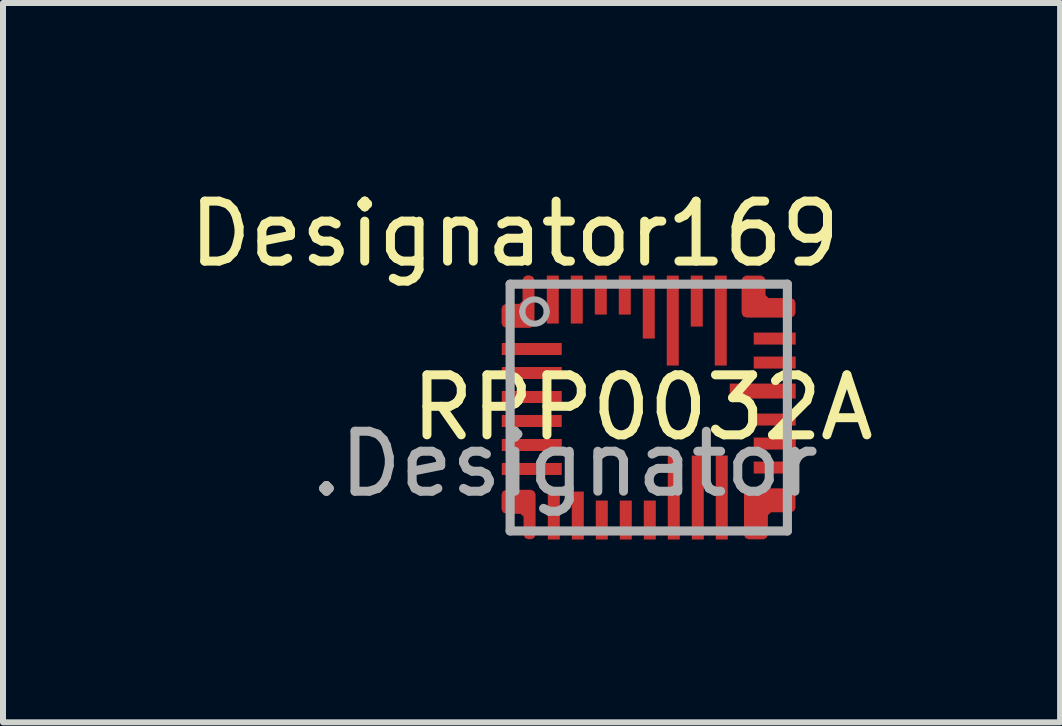
<source format=kicad_pcb>
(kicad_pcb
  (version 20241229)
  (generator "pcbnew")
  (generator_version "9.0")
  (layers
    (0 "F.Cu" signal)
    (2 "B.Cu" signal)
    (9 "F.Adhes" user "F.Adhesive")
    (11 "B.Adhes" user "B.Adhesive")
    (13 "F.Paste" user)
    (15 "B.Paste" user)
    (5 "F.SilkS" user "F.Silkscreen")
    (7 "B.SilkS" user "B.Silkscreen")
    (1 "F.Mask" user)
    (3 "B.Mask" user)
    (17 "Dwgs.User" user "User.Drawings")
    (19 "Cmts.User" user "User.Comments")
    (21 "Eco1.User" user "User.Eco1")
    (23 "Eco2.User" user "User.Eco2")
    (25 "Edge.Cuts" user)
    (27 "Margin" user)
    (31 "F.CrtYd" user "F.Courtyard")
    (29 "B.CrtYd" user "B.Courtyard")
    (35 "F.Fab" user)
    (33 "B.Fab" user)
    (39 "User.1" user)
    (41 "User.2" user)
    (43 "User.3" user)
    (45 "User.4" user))
  (footprint "RPP0032A"
    (layer "F.Cu")
    (at 7.765 3.744)
    (property "Reference" "RPP0032A" (at -0.102 0 0) (layer "F.SilkS") (effects (font (size 1 1) (thickness 0.15))))
    (attr smd)
    (fp_poly (pts (xy -2.073 1.799) (xy -2.061 1.827) (xy -2.061 2.136) (xy -2.026 2.171) (xy -1.947 2.171) (xy -1.912 2.136) (xy -1.912 1.431) (xy -1.947 1.396) (xy -2.393 1.396) (xy -2.428 1.431) (xy -2.428 1.71) (xy -2.393 1.745) (xy -2.143 1.745) (xy -2.115 1.757)) (stroke (width 0.152) (type solid)) (fill yes) (layer "F.Mask"))
    (fp_poly (pts (xy 2.002 -1.8) (xy 1.974 -1.811) (xy 1.933 -1.853) (xy 1.921 -1.881) (xy 1.921 -2.139) (xy 1.886 -2.175) (xy 1.607 -2.175) (xy 1.572 -2.139) (xy 1.572 -1.561) (xy 1.607 -1.526) (xy 2.386 -1.526) (xy 2.421 -1.561) (xy 2.421 -1.764) (xy 2.386 -1.8)) (stroke (width 0.152) (type solid)) (fill yes) (layer "F.Mask"))
    (fp_poly (pts (xy 2.023 1.729) (xy 2.042 1.721) (xy 2.386 1.721) (xy 2.421 1.686) (xy 2.421 1.407) (xy 2.386 1.372) (xy 1.647 1.372) (xy 1.612 1.407) (xy 1.612 2.136) (xy 1.647 2.171) (xy 1.926 2.171) (xy 1.961 2.136) (xy 1.961 1.802) (xy 1.973 1.774) (xy 2.014 1.733)) (stroke (width 0.152) (type solid)) (fill yes) (layer "F.Mask"))
    (fp_poly (pts (xy -2.044 -2.178) (xy -2.079 -2.143) (xy -2.079 -1.785) (xy -2.09 -1.758) (xy -2.091 -1.757) (xy -2.091 -1.757) (xy -2.132 -1.716) (xy -2.144 -1.711) (xy -2.16 -1.704) (xy -2.394 -1.704) (xy -2.429 -1.669) (xy -2.429 -1.39) (xy -2.394 -1.355) (xy -1.965 -1.355) (xy -1.93 -1.39) (xy -1.93 -2.143) (xy -1.965 -2.178)) (stroke (width 0.152) (type solid)) (fill yes) (layer "F.Mask"))
    (fp_poly (pts (xy -2.374 1.666) (xy -2.369 1.672) (xy -2.068 1.672) (xy -2.04 1.683) (xy -2.019 1.705) (xy -2.007 1.733) (xy -2.007 2.118) (xy -2.002 2.124) (xy -1.965 2.124) (xy -1.96 2.118) (xy -1.96 1.482) (xy -1.965 1.476) (xy -2.369 1.476) (xy -2.374 1.482)) (stroke (width 0.152) (type solid)) (fill yes) (layer "F.Paste"))
    (fp_poly (pts (xy -2.036 -1.658) (xy -2.058 -1.636) (xy -2.086 -1.625) (xy -2.369 -1.625) (xy -2.375 -1.619) (xy -2.375 -1.433) (xy -2.369 -1.427) (xy -1.983 -1.427) (xy -1.977 -1.433) (xy -1.977 -2.118) (xy -1.983 -2.124) (xy -2.019 -2.124) (xy -2.025 -2.118) (xy -2.025 -1.686)) (stroke (width 0.152) (type solid)) (fill yes) (layer "F.Paste"))
    (fp_poly (pts (xy 1.922 1.66) (xy 1.95 1.649) (xy 2.368 1.649) (xy 2.374 1.643) (xy 2.374 1.457) (xy 2.368 1.451) (xy 1.697 1.451) (xy 1.691 1.457) (xy 1.691 2.118) (xy 1.697 2.124) (xy 1.883 2.124) (xy 1.889 2.118) (xy 1.889 1.71) (xy 1.9 1.682)) (stroke (width 0.152) (type solid)) (fill yes) (layer "F.Paste"))
    (fp_poly (pts (xy 2.374 -1.744) (xy 2.368 -1.749) (xy 1.91 -1.749) (xy 1.882 -1.76) (xy 1.86 -1.782) (xy 1.849 -1.81) (xy 1.849 -2.119) (xy 1.843 -2.124) (xy 1.657 -2.124) (xy 1.651 -2.119) (xy 1.651 -1.582) (xy 1.657 -1.576) (xy 2.368 -1.576) (xy 2.374 -1.582)) (stroke (width 0.152) (type solid)) (fill yes) (layer "F.Paste"))
    (fp_line (start -2.311 -2.057) (end 2.311 -2.057) (stroke (width 0.152) (type solid)) (layer "F.Fab"))
    (fp_line (start -2.311 2.057) (end -2.311 -2.057) (stroke (width 0.152) (type solid)) (layer "F.Fab"))
    (fp_line (start -2.311 2.057) (end 2.311 2.057) (stroke (width 0.152) (type solid)) (layer "F.Fab"))
    (fp_line (start 2.311 2.057) (end 2.311 -2.057) (stroke (width 0.152) (type solid)) (layer "F.Fab"))
    (fp_arc (start -2.1082 -1.6002) (mid -1.905 -1.8034) (end -1.7018 -1.6002) (stroke (width 0.1016) (type solid)) (layer "F.Fab"))
    (fp_arc (start -1.7018 -1.6002) (mid -1.905 -1.397) (end -2.1082 -1.6002) (stroke (width 0.1016) (type solid)) (layer "F.Fab"))
    (fp_text user "Designator169" (at -2.235 -2.896 0) (layer "F.SilkS") (effects (font (size 1 1) (thickness 0.15))))
    (fp_text user ".Designator" (at -1.397 0.94 0) (layer "F.Fab") (effects (font (size 1 1) (thickness 0.15))))
    (pad "1" smd custom (at -2.2 -1.5) (size 0.2 0.2) (layers "F.Cu" "F.Mask") (options (anchor rect)) (primitives (gr_poly (pts (xy 0.16 -0.236) (xy 0.089 -0.165) (xy 0.061 -0.153) (xy -0.173 -0.153) (xy -0.178 -0.148) (xy -0.178 0.089) (xy -0.173 0.095) (xy 0.214 0.095) (xy 0.219 0.089) (xy 0.219 -0.622) (xy 0.214 -0.627) (xy 0.177 -0.627) (xy 0.172 -0.622) (xy 0.172 -0.264)) (width 0.152) (fill yes))))
    (pad "2" smd rect (at -1.95 -0.976) (size 1 0.2) (layers "F.Cu" "F.Mask" "F.Paste"))
    (pad "3" smd rect (at -1.95 -0.576) (size 1 0.2) (layers "F.Cu" "F.Mask" "F.Paste"))
    (pad "4" smd rect (at -1.95 -0.176) (size 1 0.2) (layers "F.Cu" "F.Mask" "F.Paste"))
    (pad "5" smd rect (at -1.95 0.224) (size 1 0.2) (layers "F.Cu" "F.Mask" "F.Paste"))
    (pad "6" smd rect (at -1.95 0.624) (size 1 0.2) (layers "F.Cu" "F.Mask" "F.Paste"))
    (pad "7" smd rect (at -1.95 1.024) (size 1 0.2) (layers "F.Cu" "F.Mask" "F.Paste"))
    (pad "8" smd custom (at -2.1 1.6) (size 0.2 0.2) (layers "F.Cu" "F.Mask") (options (anchor rect)) (primitives (gr_poly (pts (xy 0.078 0.178) (xy 0.089 0.206) (xy 0.089 0.515) (xy 0.095 0.52) (xy 0.132 0.52) (xy 0.137 0.515) (xy 0.137 -0.148) (xy 0.132 -0.153) (xy -0.272 -0.153) (xy -0.278 -0.148) (xy -0.278 0.089) (xy -0.272 0.095) (xy -0.022 0.095) (xy 0.006 0.106)) (width 0.152) (fill yes))))
    (pad "9" smd rect (at -1.583 1.8) (size 0.2 0.8) (layers "F.Cu" "F.Mask" "F.Paste"))
    (pad "10" smd rect (at -1.183 1.8) (size 0.2 0.8) (layers "F.Cu" "F.Mask" "F.Paste"))
    (pad "11" smd rect (at -0.783 1.875) (size 0.2 0.65) (layers "F.Cu" "F.Mask" "F.Paste"))
    (pad "12" smd rect (at -0.383 1.875) (size 0.2 0.65) (layers "F.Cu" "F.Mask" "F.Paste"))
    (pad "13" smd rect (at 0.017 1.875) (size 0.2 0.65) (layers "F.Cu" "F.Mask" "F.Paste"))
    (pad "14" smd rect (at 0.417 1.5) (size 0.2 1.4) (layers "F.Cu" "F.Mask" "F.Paste"))
    (pad "15" smd rect (at 0.817 1.5) (size 0.2 1.4) (layers "F.Cu" "F.Mask" "F.Paste"))
    (pad "16" smd rect (at 1.217 1.5) (size 0.2 1.4) (layers "F.Cu" "F.Mask" "F.Paste"))
    (pad "17" smd custom (at 1.9 1.5) (size 0.2 0.2) (layers "F.Cu" "F.Mask") (options (anchor rect)) (primitives (gr_poly (pts (xy 0.093 0.182) (xy 0.121 0.17) (xy 0.465 0.17) (xy 0.47 0.165) (xy 0.47 -0.072) (xy 0.465 -0.077) (xy -0.232 -0.077) (xy -0.237 -0.072) (xy -0.237 0.615) (xy -0.232 0.621) (xy 0.005 0.621) (xy 0.01 0.615) (xy 0.01 0.281) (xy 0.022 0.253)) (width 0.152) (fill yes))))
    (pad "18" smd rect (at 2.1 1) (size 0.7 0.2) (layers "F.Cu" "F.Mask" "F.Paste"))
    (pad "19" smd rect (at 2.1 0.6) (size 0.7 0.2) (layers "F.Cu" "F.Mask" "F.Paste"))
    (pad "20" smd rect (at 2.1 0.2) (size 0.7 0.2) (layers "F.Cu" "F.Mask" "F.Paste"))
    (pad "21" smd rect (at 1.9 -0.275) (size 1.1 0.25) (layers "F.Cu" "F.Mask" "F.Paste"))
    (pad "22" smd rect (at 2.1 -0.75) (size 0.7 0.2) (layers "F.Cu" "F.Mask" "F.Paste"))
    (pad "23" smd rect (at 2.1 -1.15) (size 0.7 0.2) (layers "F.Cu" "F.Mask" "F.Paste"))
    (pad "24" smd custom (at 1.8 -1.7) (size 0.2 0.2) (layers "F.Cu" "F.Mask") (options (anchor rect)) (primitives (gr_poly (pts (xy 0.181 -0.049) (xy 0.153 -0.06) (xy 0.082 -0.132) (xy 0.07 -0.16) (xy 0.07 -0.418) (xy 0.065 -0.424) (xy -0.172 -0.424) (xy -0.177 -0.418) (xy -0.177 0.118) (xy -0.172 0.124) (xy 0.565 0.124) (xy 0.57 0.118) (xy 0.57 -0.043) (xy 0.565 -0.049)) (width 0.152) (fill yes))))
    (pad "25" smd rect (at 1.2 -1.45) (size 0.2 1.5) (layers "F.Cu" "F.Mask" "F.Paste"))
    (pad "26" smd rect (at 0.8 -1.775) (size 0.2 0.85) (layers "F.Cu" "F.Mask" "F.Paste"))
    (pad "27" smd rect (at 0.4 -1.45) (size 0.2 1.5) (layers "F.Cu" "F.Mask" "F.Paste"))
    (pad "28" smd rect (at 0 -1.675) (size 0.2 1.05) (layers "F.Cu" "F.Mask" "F.Paste"))
    (pad "29" smd rect (at -0.4 -1.875) (size 0.2 0.65) (layers "F.Cu" "F.Mask" "F.Paste"))
    (pad "30" smd rect (at -0.8 -1.875) (size 0.2 0.65) (layers "F.Cu" "F.Mask" "F.Paste"))
    (pad "31" smd rect (at -1.2 -1.8) (size 0.2 0.8) (layers "F.Cu" "F.Mask" "F.Paste"))
    (pad "32" smd rect (at -1.6 -1.8) (size 0.2 0.8) (layers "F.Cu" "F.Mask" "F.Paste")))
  (gr_rect
    (start -3 -3)
    (end 14.622 8.991)
    (stroke (width 0.1) (type default))
    (fill no)
    (layer "Edge.Cuts")))
</source>
